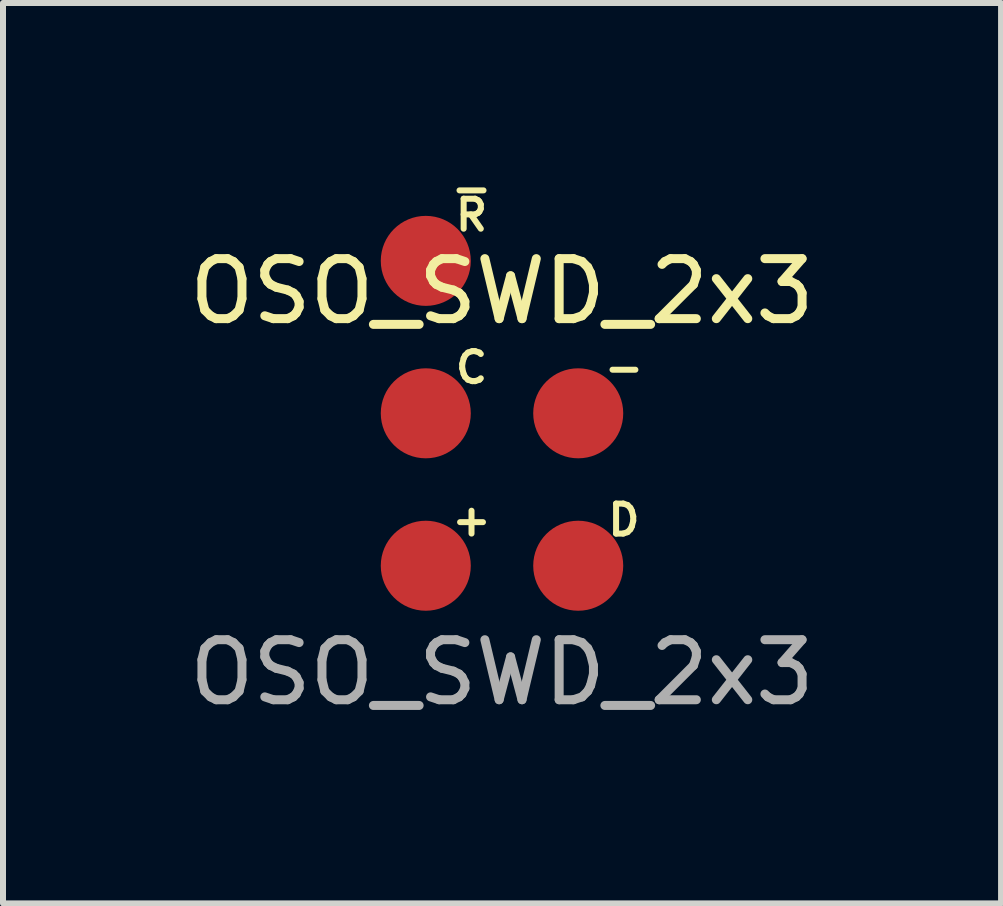
<source format=kicad_pcb>
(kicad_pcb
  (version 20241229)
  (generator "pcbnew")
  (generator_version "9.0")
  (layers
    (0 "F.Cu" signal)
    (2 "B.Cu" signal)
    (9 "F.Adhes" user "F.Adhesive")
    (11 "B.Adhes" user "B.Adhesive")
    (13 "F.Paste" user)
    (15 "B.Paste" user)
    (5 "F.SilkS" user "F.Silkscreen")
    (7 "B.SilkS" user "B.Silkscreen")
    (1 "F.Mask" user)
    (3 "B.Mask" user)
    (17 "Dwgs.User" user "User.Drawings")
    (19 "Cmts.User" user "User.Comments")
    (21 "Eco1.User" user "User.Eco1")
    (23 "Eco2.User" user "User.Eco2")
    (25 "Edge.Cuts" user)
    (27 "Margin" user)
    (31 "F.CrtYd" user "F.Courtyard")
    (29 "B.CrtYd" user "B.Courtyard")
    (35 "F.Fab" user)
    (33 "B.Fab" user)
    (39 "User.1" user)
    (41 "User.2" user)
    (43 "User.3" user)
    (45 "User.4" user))
  (footprint "OSO_SWD_2x3"
    (layer "F.Cu")
    (at 5.315 3.837)
    (property "Reference" "OSO_SWD_2x3" (at 0 -2.032 0) (unlocked yes) (layer "F.SilkS") (effects (font (size 1 1) (thickness 0.15))))
    (attr smd)
    (fp_text user "~{R}" (at -0.508 -3.302 0) (unlocked yes) (layer "F.SilkS") (effects (font (size 0.5 0.5) (thickness 0.1))))
    (fp_text user "+" (at -0.508 1.778 0) (unlocked yes) (layer "F.SilkS") (effects (font (size 0.5 0.5) (thickness 0.1))))
    (fp_text user "C" (at -0.508 -0.762 0) (unlocked yes) (layer "F.SilkS") (effects (font (size 0.5 0.5) (thickness 0.1))))
    (fp_text user "D" (at 2.032 1.778 0) (unlocked yes) (layer "F.SilkS") (effects (font (size 0.5 0.5) (thickness 0.1))))
    (fp_text user "-" (at 2.032 -0.762 0) (unlocked yes) (layer "F.SilkS") (effects (font (size 0.5 0.5) (thickness 0.1))))
    (fp_text user "${REFERENCE}" (at 0 4.318 0) (unlocked yes) (layer "F.Fab") (effects (font (size 1 1) (thickness 0.15))))
    (pad "1" smd circle (at 1.27 2.54) (size 1.5 1.5) (layers "F.Cu" "F.Mask"))
    (pad "2" smd circle (at 1.27 0) (size 1.5 1.5) (layers "F.Cu" "F.Mask"))
    (pad "3" smd circle (at -1.27 2.54) (size 1.5 1.5) (layers "F.Cu" "F.Mask"))
    (pad "4" smd circle (at -1.27 0) (size 1.5 1.5) (layers "F.Cu" "F.Mask"))
    (pad "5" smd circle (at -1.27 -2.54) (size 1.5 1.5) (layers "F.Cu" "F.Mask")))
  (gr_rect
    (start -3 -3)
    (end 13.631 12.003)
    (stroke (width 0.1) (type default))
    (fill no)
    (layer "Edge.Cuts")))
</source>
